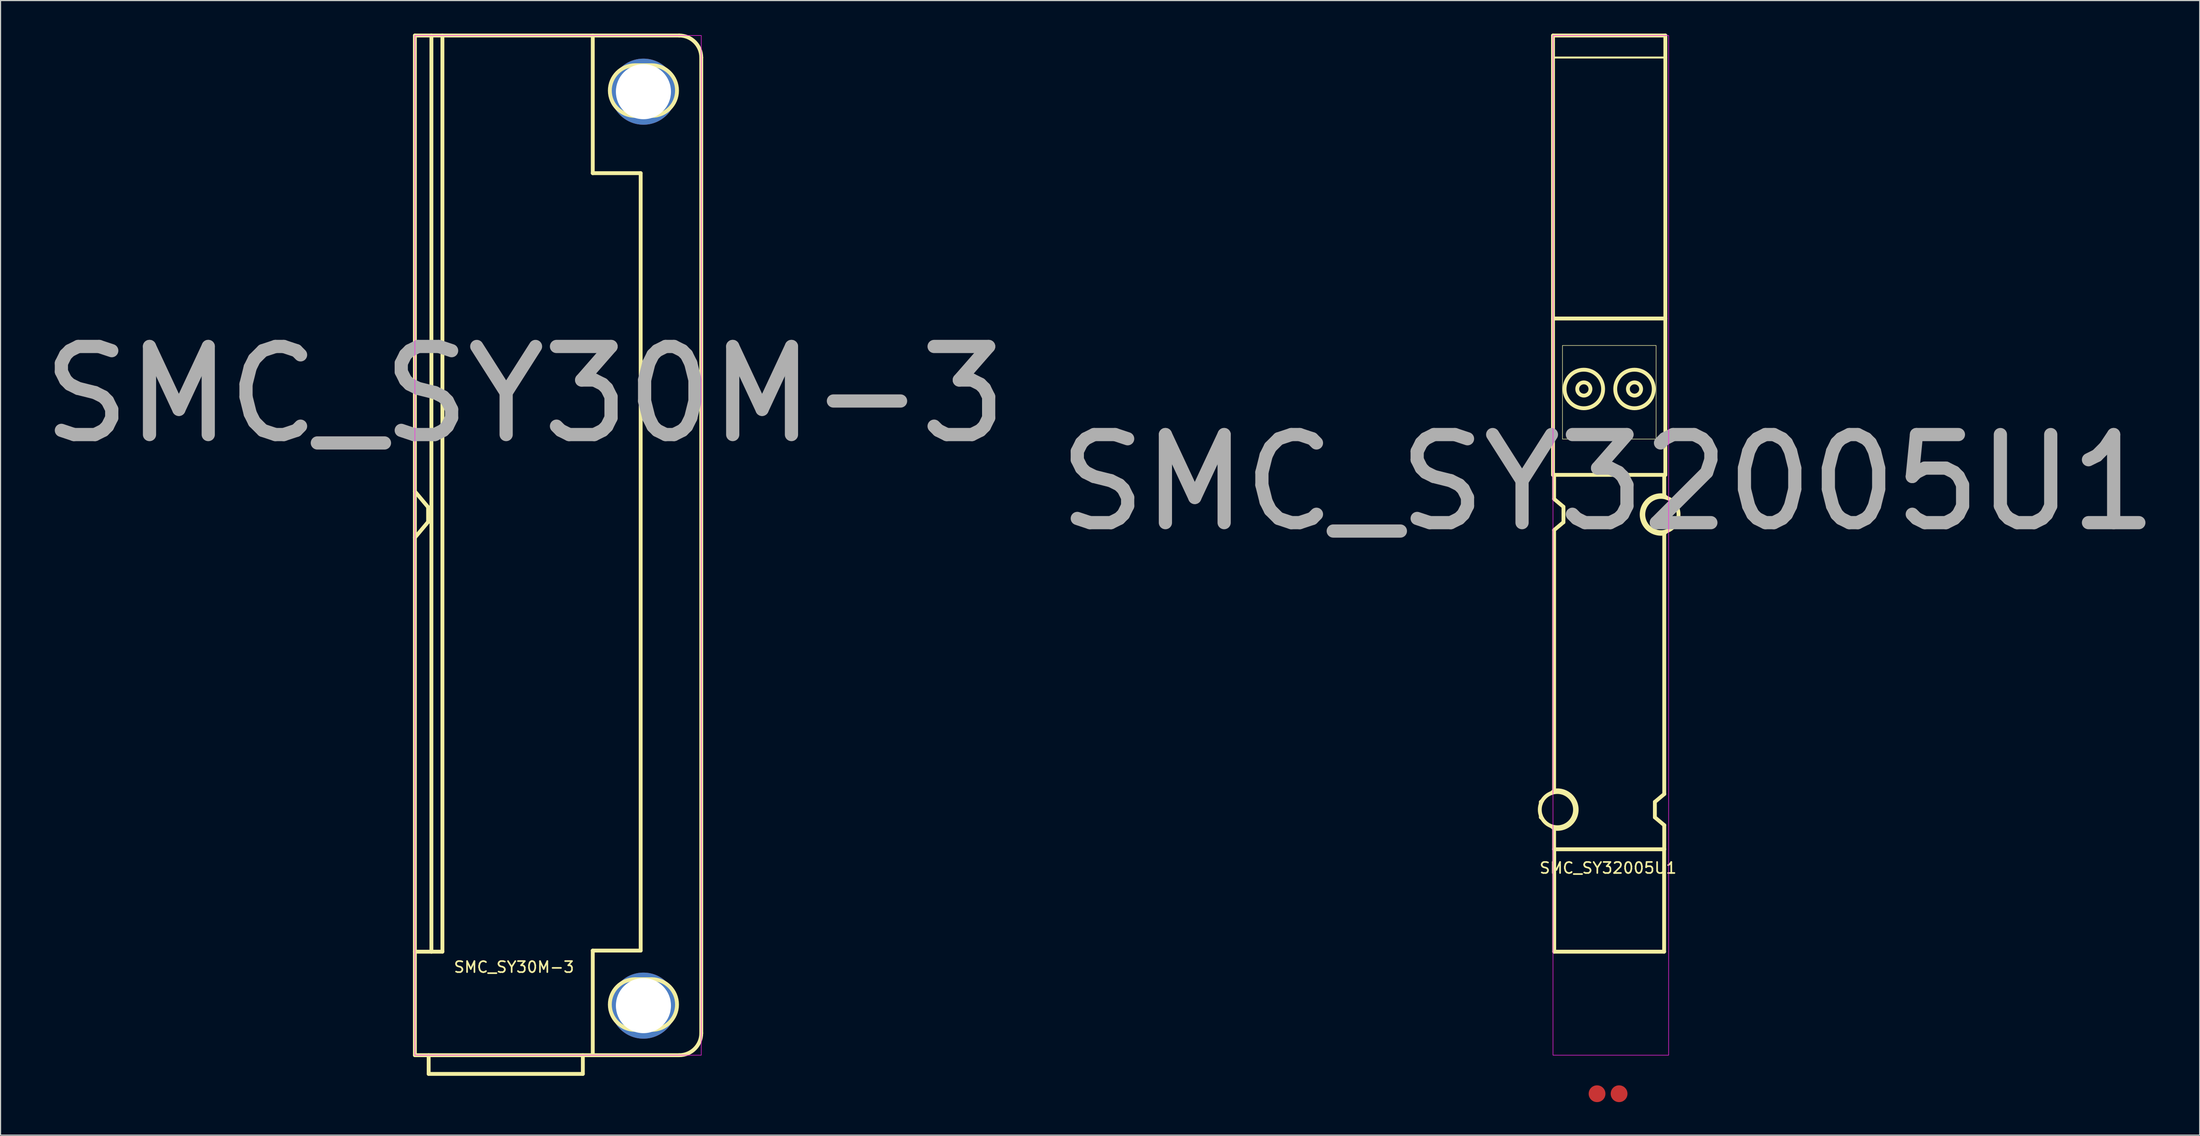
<source format=kicad_pcb>
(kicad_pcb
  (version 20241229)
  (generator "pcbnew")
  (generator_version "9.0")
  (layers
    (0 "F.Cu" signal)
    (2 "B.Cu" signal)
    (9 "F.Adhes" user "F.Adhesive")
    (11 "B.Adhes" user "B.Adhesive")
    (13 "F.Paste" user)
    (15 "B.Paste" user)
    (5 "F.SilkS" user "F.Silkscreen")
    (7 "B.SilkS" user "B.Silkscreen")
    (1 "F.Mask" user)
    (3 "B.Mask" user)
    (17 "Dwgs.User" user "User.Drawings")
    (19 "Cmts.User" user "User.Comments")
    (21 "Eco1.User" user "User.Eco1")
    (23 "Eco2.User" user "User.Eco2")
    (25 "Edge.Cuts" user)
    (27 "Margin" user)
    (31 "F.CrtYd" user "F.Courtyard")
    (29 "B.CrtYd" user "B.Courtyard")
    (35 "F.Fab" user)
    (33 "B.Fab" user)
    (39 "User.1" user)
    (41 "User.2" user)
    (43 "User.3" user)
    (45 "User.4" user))
  (footprint "SMC_SY30M-3"
    (layer "F.Cu")
    (at 34.619 92.775)
    (property "Reference" "SMC_SY30M-3" (at 9 -8 0) (unlocked yes) (layer "F.SilkS") (effects (font (size 1 1) (thickness 0.15))))
    (fp_line (start 0 -92.6) (end 0 -51.2) (stroke (width 0.35) (type solid)) (layer "F.SilkS"))
    (fp_line (start 0 -51.2) (end 0 -47) (stroke (width 0.35) (type solid)) (layer "F.SilkS"))
    (fp_line (start 0 -47) (end 0 -9.4) (stroke (width 0.35) (type solid)) (layer "F.SilkS"))
    (fp_line (start 0 -47) (end 1.2 -48.43) (stroke (width 0.35) (type solid)) (layer "F.SilkS"))
    (fp_line (start 0 -9.4) (end 0 0) (stroke (width 0.35) (type solid)) (layer "F.SilkS"))
    (fp_line (start 0 0) (end 16.15 0) (stroke (width 0.35) (type solid)) (layer "F.SilkS"))
    (fp_line (start 1.2 -49.77) (end 0 -51.2) (stroke (width 0.35) (type solid)) (layer "F.SilkS"))
    (fp_line (start 1.2 -48.43) (end 1.2 -49.77) (stroke (width 0.35) (type solid)) (layer "F.SilkS"))
    (fp_line (start 1.25 1.7) (end 1.25 0) (stroke (width 0.35) (type solid)) (layer "F.SilkS"))
    (fp_line (start 1.5 -92.6) (end 0 -92.6) (stroke (width 0.35) (type solid)) (layer "F.SilkS"))
    (fp_line (start 1.5 -92.6) (end 1.5 -9.4) (stroke (width 0.35) (type solid)) (layer "F.SilkS"))
    (fp_line (start 1.5 -9.4) (end 0 -9.4) (stroke (width 0.35) (type solid)) (layer "F.SilkS"))
    (fp_line (start 2.5 -92.6) (end 1.5 -92.6) (stroke (width 0.35) (type solid)) (layer "F.SilkS"))
    (fp_line (start 2.5 -92.6) (end 2.5 -9.4) (stroke (width 0.35) (type solid)) (layer "F.SilkS"))
    (fp_line (start 2.5 -9.4) (end 1.5 -9.4) (stroke (width 0.35) (type solid)) (layer "F.SilkS"))
    (fp_line (start 15.25 1.7) (end 1.25 1.7) (stroke (width 0.35) (type solid)) (layer "F.SilkS"))
    (fp_line (start 15.25 1.7) (end 15.25 0) (stroke (width 0.35) (type solid)) (layer "F.SilkS"))
    (fp_line (start 16.15 -92.6) (end 2.5 -92.6) (stroke (width 0.35) (type solid)) (layer "F.SilkS"))
    (fp_line (start 16.15 -92.6) (end 16.15 -80.1) (stroke (width 0.35) (type solid)) (layer "F.SilkS"))
    (fp_line (start 16.15 -80.1) (end 20.5 -80.1) (stroke (width 0.35) (type solid)) (layer "F.SilkS"))
    (fp_line (start 16.15 -9.5) (end 16.15 0) (stroke (width 0.35) (type solid)) (layer "F.SilkS"))
    (fp_line (start 16.15 0) (end 24 0) (stroke (width 0.35) (type solid)) (layer "F.SilkS"))
    (fp_line (start 20 -89.9) (end 21.5 -89.9) (stroke (width 0.35) (type solid)) (layer "F.SilkS"))
    (fp_line (start 20 -6.9) (end 21.5 -6.9) (stroke (width 0.35) (type solid)) (layer "F.SilkS"))
    (fp_line (start 20.5 -80.1) (end 20.5 -9.5) (stroke (width 0.35) (type solid)) (layer "F.SilkS"))
    (fp_line (start 20.5 -9.5) (end 16.15 -9.5) (stroke (width 0.35) (type solid)) (layer "F.SilkS"))
    (fp_line (start 21.5 -85.3) (end 20 -85.3) (stroke (width 0.35) (type solid)) (layer "F.SilkS"))
    (fp_line (start 21.5 -2.3) (end 20 -2.3) (stroke (width 0.35) (type solid)) (layer "F.SilkS"))
    (fp_line (start 24 -92.6) (end 16.15 -92.6) (stroke (width 0.35) (type solid)) (layer "F.SilkS"))
    (fp_line (start 26 -2) (end 26 -90.6) (stroke (width 0.35) (type solid)) (layer "F.SilkS"))
    (fp_arc (start 20 -85.3) (mid 17.7 -87.6) (end 20 -89.9) (stroke (width 0.35) (type solid)) (layer "F.SilkS"))
    (fp_arc (start 20 -2.3) (mid 17.7 -4.6) (end 20 -6.9) (stroke (width 0.35) (type solid)) (layer "F.SilkS"))
    (fp_arc (start 21.5 -89.9) (mid 23.8 -87.6) (end 21.5 -85.3) (stroke (width 0.35) (type solid)) (layer "F.SilkS"))
    (fp_arc (start 21.5 -6.9) (mid 23.8 -4.6) (end 21.5 -2.3) (stroke (width 0.35) (type solid)) (layer "F.SilkS"))
    (fp_arc (start 24 -92.6) (mid 25.414186 -92.014198) (end 26 -90.6) (stroke (width 0.35) (type solid)) (layer "F.SilkS"))
    (fp_arc (start 26 -2) (mid 25.414217 -0.585769) (end 24 0) (stroke (width 0.35) (type solid)) (layer "F.SilkS"))
    (fp_rect (start 0 0) (end 26 -92.6) (stroke (width 0.05) (type solid)) (fill no) (layer "F.CrtYd"))
    (fp_text user "${REFERENCE}" (at 10 -60 0) (unlocked yes) (layer "F.Fab") (effects (font (size 8 8) (thickness 1.2))))
    (pad "" np_thru_hole circle (at 20.75 -87.5) (size 6 6) (drill 5) (layers "*.Cu" "*.Mask"))
    (pad "" np_thru_hole circle (at 20.75 -4.5) (size 6 6) (drill 5) (layers "*.Cu" "*.Mask")))
  (footprint "SMC_SY32005U1"
    (layer "F.Cu")
    (at 137.952 92.775)
    (property "Reference" "SMC_SY32005U1" (at 5 -17 0) (unlocked yes) (layer "F.SilkS") (effects (font (size 1 1) (thickness 0.15))))
    (fp_line (start -1.1 -23) (end -1.1 -22.857) (stroke (width 0.35) (type solid)) (layer "F.SilkS"))
    (fp_line (start -1.1 -21.743) (end -1.1 -21.6) (stroke (width 0.35) (type solid)) (layer "F.SilkS"))
    (fp_line (start -1.1 -21.6) (end -0.99 -21.508) (stroke (width 0.35) (type solid)) (layer "F.SilkS"))
    (fp_line (start -0.99 -23.092) (end -1.1 -23) (stroke (width 0.35) (type solid)) (layer "F.SilkS"))
    (fp_line (start -0.139 -20.793) (end 0.1 -20.593) (stroke (width 0.35) (type solid)) (layer "F.SilkS"))
    (fp_line (start 0 -92.6) (end 0 -90.6) (stroke (width 0.35) (type solid)) (layer "F.SilkS"))
    (fp_line (start 0 -92.6) (end 10.2 -92.6) (stroke (width 0.35) (type solid)) (layer "F.SilkS"))
    (fp_line (start 0 -90.6) (end 10.2 -90.6) (stroke (width 0.18) (type solid)) (layer "F.SilkS"))
    (fp_line (start 0 -66.9) (end 0 -90.6) (stroke (width 0.35) (type solid)) (layer "F.SilkS"))
    (fp_line (start 0 -66.9) (end 10.2 -66.9) (stroke (width 0.35) (type solid)) (layer "F.SilkS"))
    (fp_line (start 0 -52.7) (end 0 -66.9) (stroke (width 0.35) (type solid)) (layer "F.SilkS"))
    (fp_line (start 0 -52.7) (end 0.1 -52.7) (stroke (width 0.35) (type solid)) (layer "F.SilkS"))
    (fp_line (start 0.1 -52.7) (end 0.1 -50.513) (stroke (width 0.35) (type solid)) (layer "F.SilkS"))
    (fp_line (start 0.1 -50.513) (end 0.95 -49.8) (stroke (width 0.35) (type solid)) (layer "F.SilkS"))
    (fp_line (start 0.1 -47.687) (end 0.1 -24.024) (stroke (width 0.35) (type solid)) (layer "F.SilkS"))
    (fp_line (start 0.1 -24.024) (end 0.1 -24.007) (stroke (width 0.35) (type solid)) (layer "F.SilkS"))
    (fp_line (start 0.1 -24.007) (end -0.139 -23.807) (stroke (width 0.35) (type solid)) (layer "F.SilkS"))
    (fp_line (start 0.1 -20.593) (end 0.1 -20.576) (stroke (width 0.35) (type solid)) (layer "F.SilkS"))
    (fp_line (start 0.1 -20.576) (end 0.1 -18.7) (stroke (width 0.35) (type solid)) (layer "F.SilkS"))
    (fp_line (start 0.105 -18.7) (end 10.1 -18.7) (stroke (width 0.35) (type solid)) (layer "F.SilkS"))
    (fp_line (start 0.11 -18.7) (end 0.11 -9.4) (stroke (width 0.35) (type solid)) (layer "F.SilkS"))
    (fp_line (start 0.95 -49.8) (end 0.95 -48.4) (stroke (width 0.35) (type solid)) (layer "F.SilkS"))
    (fp_line (start 0.95 -48.4) (end 0.1 -47.687) (stroke (width 0.35) (type solid)) (layer "F.SilkS"))
    (fp_line (start 9.25 -23) (end 10.1 -23.713) (stroke (width 0.35) (type solid)) (layer "F.SilkS"))
    (fp_line (start 9.25 -21.6) (end 9.25 -23) (stroke (width 0.35) (type solid)) (layer "F.SilkS"))
    (fp_line (start 10.09 -18.7) (end 10.09 -9.4) (stroke (width 0.35) (type solid)) (layer "F.SilkS"))
    (fp_line (start 10.09 -9.4) (end 0.11 -9.4) (stroke (width 0.35) (type solid)) (layer "F.SilkS"))
    (fp_line (start 10.1 -52.7) (end 0.1 -52.7) (stroke (width 0.35) (type solid)) (layer "F.SilkS"))
    (fp_line (start 10.1 -52.7) (end 10.2 -52.7) (stroke (width 0.35) (type solid)) (layer "F.SilkS"))
    (fp_line (start 10.1 -50.824) (end 10.1 -52.7) (stroke (width 0.35) (type solid)) (layer "F.SilkS"))
    (fp_line (start 10.1 -50.807) (end 10.1 -50.824) (stroke (width 0.35) (type solid)) (layer "F.SilkS"))
    (fp_line (start 10.1 -47.393) (end 10.339 -47.593) (stroke (width 0.35) (type solid)) (layer "F.SilkS"))
    (fp_line (start 10.1 -47.376) (end 10.1 -47.393) (stroke (width 0.35) (type solid)) (layer "F.SilkS"))
    (fp_line (start 10.1 -23.713) (end 10.1 -47.376) (stroke (width 0.35) (type solid)) (layer "F.SilkS"))
    (fp_line (start 10.1 -20.887) (end 9.25 -21.6) (stroke (width 0.35) (type solid)) (layer "F.SilkS"))
    (fp_line (start 10.1 -18.7) (end 10.1 -20.887) (stroke (width 0.35) (type solid)) (layer "F.SilkS"))
    (fp_line (start 10.2 -92.6) (end 10.2 -90.6) (stroke (width 0.35) (type solid)) (layer "F.SilkS"))
    (fp_line (start 10.2 -66.9) (end 10.2 -90.6) (stroke (width 0.35) (type solid)) (layer "F.SilkS"))
    (fp_line (start 10.2 -52.7) (end 10.2 -66.9) (stroke (width 0.35) (type solid)) (layer "F.SilkS"))
    (fp_line (start 10.339 -50.607) (end 10.1 -50.807) (stroke (width 0.35) (type solid)) (layer "F.SilkS"))
    (fp_line (start 11.19 -48.308) (end 11.3 -48.4) (stroke (width 0.35) (type solid)) (layer "F.SilkS"))
    (fp_line (start 11.3 -49.8) (end 11.19 -49.892) (stroke (width 0.35) (type solid)) (layer "F.SilkS"))
    (fp_line (start 11.3 -49.657) (end 11.3 -49.8) (stroke (width 0.35) (type solid)) (layer "F.SilkS"))
    (fp_line (start 11.3 -48.4) (end 11.3 -48.543) (stroke (width 0.35) (type solid)) (layer "F.SilkS"))
    (fp_rect (start 0.86 -55.95) (end 9.36 -64.45) (stroke (width 0.05) (type solid)) (fill no) (layer "F.SilkS"))
    (fp_arc (start 0.1 -24.024094) (mid 2.15 -22.3) (end 0.1 -20.575906) (stroke (width 0.35) (type solid)) (layer "F.SilkS"))
    (fp_arc (start 10.1 -47.375906) (mid 8.05 -49.1) (end 10.1 -50.824094) (stroke (width 0.35) (type solid)) (layer "F.SilkS"))
    (fp_circle (center 0.4 -22.3) (end 0.4 -23.9) (stroke (width 0.35) (type solid)) (fill no) (layer "F.SilkS"))
    (fp_circle (center 2.8 -60.5) (end 2.8 -62.25) (stroke (width 0.35) (type solid)) (fill no) (layer "F.SilkS"))
    (fp_circle (center 2.8 -60.5) (end 2.8 -61.1) (stroke (width 0.35) (type solid)) (fill no) (layer "F.SilkS"))
    (fp_circle (center 7.4 -60.5) (end 7.4 -62.25) (stroke (width 0.35) (type solid)) (fill no) (layer "F.SilkS"))
    (fp_circle (center 7.4 -60.5) (end 7.4 -61.1) (stroke (width 0.35) (type solid)) (fill no) (layer "F.SilkS"))
    (fp_circle (center 9.8 -49.1) (end 9.8 -50.7) (stroke (width 0.35) (type solid)) (fill no) (layer "F.SilkS"))
    (fp_rect (start 0 0) (end 10.5 -92.6) (stroke (width 0.05) (type solid)) (fill no) (layer "F.CrtYd"))
    (fp_text user "${REFERENCE}" (at 5 -52 0) (unlocked yes) (layer "F.Fab") (effects (font (size 8 8) (thickness 1.2))))
    (pad "2" smd circle (at 6 3.5) (size 1.524 1.524) (layers "F.Cu" "F.Mask" "F.Paste"))
    (pad "4" smd circle (at 4 3.5) (size 1.524 1.524) (layers "F.Cu" "F.Mask" "F.Paste")))
  (gr_rect
    (start -3 -3)
    (end 196.667 100.037)
    (stroke (width 0.1) (type default))
    (fill no)
    (layer "Edge.Cuts")))
</source>
